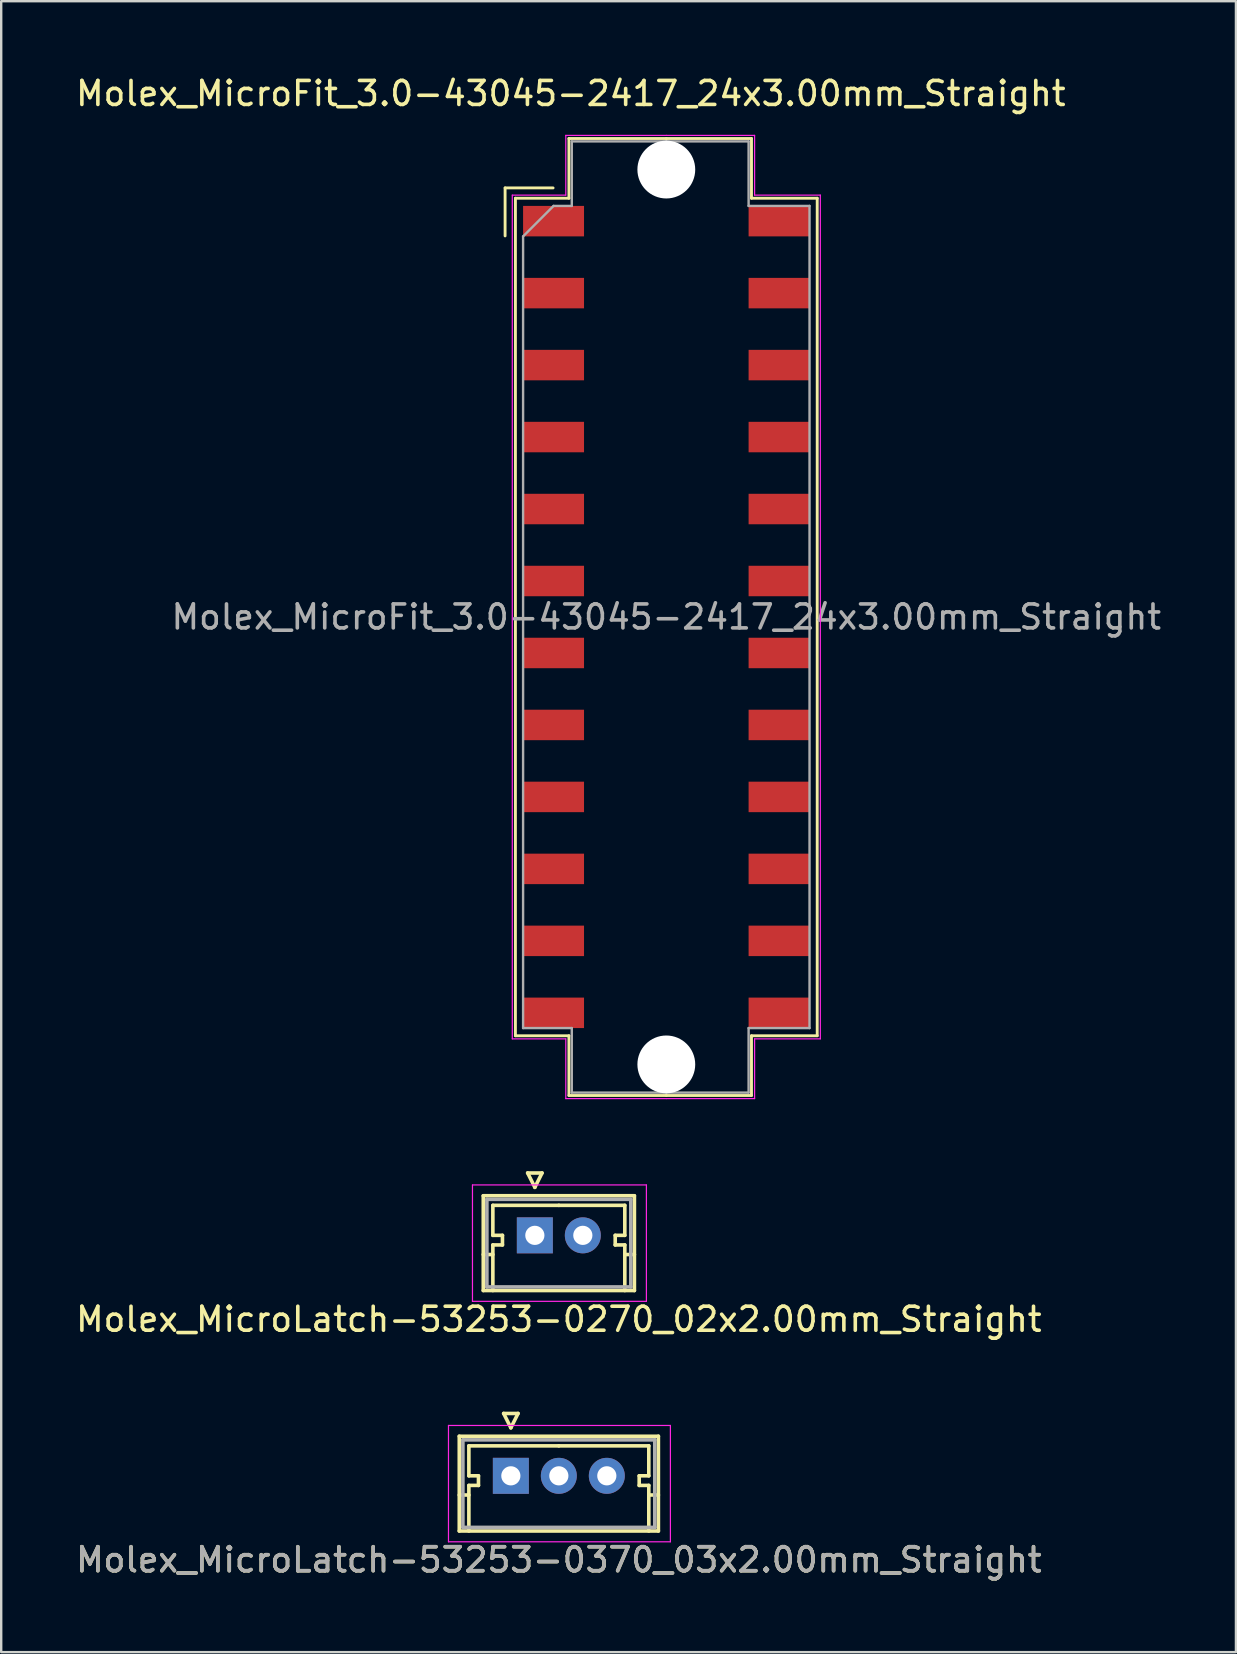
<source format=kicad_pcb>
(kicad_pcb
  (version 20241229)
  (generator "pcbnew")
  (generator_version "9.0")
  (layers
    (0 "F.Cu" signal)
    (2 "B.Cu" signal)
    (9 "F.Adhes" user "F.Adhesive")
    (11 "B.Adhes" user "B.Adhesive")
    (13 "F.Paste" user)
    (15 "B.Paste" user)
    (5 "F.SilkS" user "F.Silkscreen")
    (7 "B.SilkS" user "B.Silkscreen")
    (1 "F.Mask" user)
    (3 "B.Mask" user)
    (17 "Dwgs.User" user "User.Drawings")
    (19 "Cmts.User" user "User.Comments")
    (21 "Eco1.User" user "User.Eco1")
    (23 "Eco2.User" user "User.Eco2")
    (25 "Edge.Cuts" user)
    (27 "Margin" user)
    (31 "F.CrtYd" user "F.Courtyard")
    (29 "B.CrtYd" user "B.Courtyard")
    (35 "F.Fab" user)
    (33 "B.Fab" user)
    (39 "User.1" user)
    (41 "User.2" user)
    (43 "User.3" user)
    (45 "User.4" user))
  (footprint "Molex_MicroLatch-53253-0370_03x2.00mm_Straight"
    (layer "F.Cu")
    (at 18.244 58.467)
    (property "Reference" "Molex_MicroLatch-53253-0370_03x2.00mm_Straight" (at 2 3.5 0) (layer "F.SilkS") (effects (font (size 1 1) (thickness 0.15))))
    (attr through_hole)
    (fp_line (start -2.15 -1.65) (end -2.15 2.3) (stroke (width 0.15) (type solid)) (layer "F.SilkS"))
    (fp_line (start -2.15 0.8) (end -1.75 0.8) (stroke (width 0.15) (type solid)) (layer "F.SilkS"))
    (fp_line (start -2.15 2.3) (end 6.15 2.3) (stroke (width 0.15) (type solid)) (layer "F.SilkS"))
    (fp_line (start -1.75 -1.25) (end -1.75 0) (stroke (width 0.15) (type solid)) (layer "F.SilkS"))
    (fp_line (start -1.75 0) (end -1.35 0) (stroke (width 0.15) (type solid)) (layer "F.SilkS"))
    (fp_line (start -1.75 0.4) (end -1.75 2.3) (stroke (width 0.15) (type solid)) (layer "F.SilkS"))
    (fp_line (start -1.35 0) (end -1.35 0.4) (stroke (width 0.15) (type solid)) (layer "F.SilkS"))
    (fp_line (start -1.35 0.4) (end -1.75 0.4) (stroke (width 0.15) (type solid)) (layer "F.SilkS"))
    (fp_line (start -0.3 -2.6) (end 0.3 -2.6) (stroke (width 0.15) (type solid)) (layer "F.SilkS"))
    (fp_line (start 0 -2) (end -0.3 -2.6) (stroke (width 0.15) (type solid)) (layer "F.SilkS"))
    (fp_line (start 0.3 -2.6) (end 0 -2) (stroke (width 0.15) (type solid)) (layer "F.SilkS"))
    (fp_line (start 2 -1.25) (end -1.75 -1.25) (stroke (width 0.15) (type solid)) (layer "F.SilkS"))
    (fp_line (start 2 -1.25) (end 5.75 -1.25) (stroke (width 0.15) (type solid)) (layer "F.SilkS"))
    (fp_line (start 5.35 0) (end 5.35 0.4) (stroke (width 0.15) (type solid)) (layer "F.SilkS"))
    (fp_line (start 5.35 0.4) (end 5.75 0.4) (stroke (width 0.15) (type solid)) (layer "F.SilkS"))
    (fp_line (start 5.75 -1.25) (end 5.75 0) (stroke (width 0.15) (type solid)) (layer "F.SilkS"))
    (fp_line (start 5.75 0) (end 5.35 0) (stroke (width 0.15) (type solid)) (layer "F.SilkS"))
    (fp_line (start 5.75 0.4) (end 5.75 2.3) (stroke (width 0.15) (type solid)) (layer "F.SilkS"))
    (fp_line (start 6.15 -1.65) (end -2.15 -1.65) (stroke (width 0.15) (type solid)) (layer "F.SilkS"))
    (fp_line (start 6.15 0.8) (end 5.75 0.8) (stroke (width 0.15) (type solid)) (layer "F.SilkS"))
    (fp_line (start 6.15 2.3) (end 6.15 -1.65) (stroke (width 0.15) (type solid)) (layer "F.SilkS"))
    (fp_line (start -2.6 -2.1) (end -2.6 2.75) (stroke (width 0.05) (type solid)) (layer "F.CrtYd"))
    (fp_line (start -2.6 2.75) (end 6.65 2.75) (stroke (width 0.05) (type solid)) (layer "F.CrtYd"))
    (fp_line (start 6.65 -2.1) (end -2.6 -2.1) (stroke (width 0.05) (type solid)) (layer "F.CrtYd"))
    (fp_line (start 6.65 2.75) (end 6.65 -2.1) (stroke (width 0.05) (type solid)) (layer "F.CrtYd"))
    (fp_line (start -2 -1.5) (end -2 2.15) (stroke (width 0.15) (type solid)) (layer "F.Fab"))
    (fp_line (start -2 2.15) (end 6 2.15) (stroke (width 0.15) (type solid)) (layer "F.Fab"))
    (fp_line (start 6 -1.5) (end -2 -1.5) (stroke (width 0.15) (type solid)) (layer "F.Fab"))
    (fp_line (start 6 2.15) (end 6 -1.5) (stroke (width 0.15) (type solid)) (layer "F.Fab"))
    (fp_text user "${REFERENCE}" (at 2 3.5 0) (layer "F.Fab") (effects (font (size 1 1) (thickness 0.15))))
    (pad "1" thru_hole rect (at 0 0) (size 1.5 1.5) (drill 0.8) (layers "*.Cu" "*.Mask"))
    (pad "2" thru_hole circle (at 2 0) (size 1.5 1.5) (drill 0.8) (layers "*.Cu" "*.Mask"))
    (pad "3" thru_hole circle (at 4 0) (size 1.5 1.5) (drill 0.8) (layers "*.Cu" "*.Mask")))
  (footprint "Molex_MicroFit_3.0-43045-2417_24x3.00mm_Straight"
    (layer "F.Cu")
    (at 24.724 22.668)
    (property "Reference" "Molex_MicroFit_3.0-43045-2417_24x3.00mm_Straight" (at -3.98 -21.82 0) (layer "F.SilkS") (effects (font (size 1 1) (thickness 0.15))))
    (attr smd)
    (fp_line (start -6.72 -17.885) (end -6.72 -15.885) (stroke (width 0.12) (type solid)) (layer "F.SilkS"))
    (fp_line (start -6.29 -17.455) (end -4.06 -17.455) (stroke (width 0.12) (type solid)) (layer "F.SilkS"))
    (fp_line (start -6.29 17.455) (end -6.29 -17.455) (stroke (width 0.12) (type solid)) (layer "F.SilkS"))
    (fp_line (start -4.72 -17.885) (end -6.72 -17.885) (stroke (width 0.12) (type solid)) (layer "F.SilkS"))
    (fp_line (start -4.06 -19.945) (end 0 -19.945) (stroke (width 0.12) (type solid)) (layer "F.SilkS"))
    (fp_line (start -4.06 -17.455) (end -4.06 -19.945) (stroke (width 0.12) (type solid)) (layer "F.SilkS"))
    (fp_line (start -4.06 17.455) (end -6.29 17.455) (stroke (width 0.12) (type solid)) (layer "F.SilkS"))
    (fp_line (start -4.06 19.945) (end -4.06 17.455) (stroke (width 0.12) (type solid)) (layer "F.SilkS"))
    (fp_line (start 0 -19.945) (end 3.55 -19.945) (stroke (width 0.12) (type solid)) (layer "F.SilkS"))
    (fp_line (start 0 19.945) (end -4.06 19.945) (stroke (width 0.12) (type solid)) (layer "F.SilkS"))
    (fp_line (start 3.55 -19.945) (end 3.55 -17.455) (stroke (width 0.12) (type solid)) (layer "F.SilkS"))
    (fp_line (start 3.55 -17.455) (end 6.29 -17.455) (stroke (width 0.12) (type solid)) (layer "F.SilkS"))
    (fp_line (start 3.55 17.455) (end 3.55 19.945) (stroke (width 0.12) (type solid)) (layer "F.SilkS"))
    (fp_line (start 3.55 19.945) (end 0 19.945) (stroke (width 0.12) (type solid)) (layer "F.SilkS"))
    (fp_line (start 6.29 -17.455) (end 6.29 17.455) (stroke (width 0.12) (type solid)) (layer "F.SilkS"))
    (fp_line (start 6.29 17.455) (end 3.55 17.455) (stroke (width 0.12) (type solid)) (layer "F.SilkS"))
    (fp_line (start -6.42 -17.585) (end -4.19 -17.585) (stroke (width 0.05) (type solid)) (layer "F.CrtYd"))
    (fp_line (start -6.42 17.585) (end -6.42 -17.585) (stroke (width 0.05) (type solid)) (layer "F.CrtYd"))
    (fp_line (start -4.19 -20.075) (end 0 -20.075) (stroke (width 0.05) (type solid)) (layer "F.CrtYd"))
    (fp_line (start -4.19 -17.585) (end -4.19 -20.075) (stroke (width 0.05) (type solid)) (layer "F.CrtYd"))
    (fp_line (start -4.19 17.585) (end -6.42 17.585) (stroke (width 0.05) (type solid)) (layer "F.CrtYd"))
    (fp_line (start -4.19 20.075) (end -4.19 17.585) (stroke (width 0.05) (type solid)) (layer "F.CrtYd"))
    (fp_line (start 0 -20.075) (end 3.68 -20.075) (stroke (width 0.05) (type solid)) (layer "F.CrtYd"))
    (fp_line (start 0 20.075) (end -4.19 20.075) (stroke (width 0.05) (type solid)) (layer "F.CrtYd"))
    (fp_line (start 3.68 -20.075) (end 3.68 -17.585) (stroke (width 0.05) (type solid)) (layer "F.CrtYd"))
    (fp_line (start 3.68 -17.585) (end 6.42 -17.585) (stroke (width 0.05) (type solid)) (layer "F.CrtYd"))
    (fp_line (start 3.68 17.585) (end 3.68 20.075) (stroke (width 0.05) (type solid)) (layer "F.CrtYd"))
    (fp_line (start 3.68 20.075) (end 0 20.075) (stroke (width 0.05) (type solid)) (layer "F.CrtYd"))
    (fp_line (start 6.42 -17.585) (end 6.42 17.585) (stroke (width 0.05) (type solid)) (layer "F.CrtYd"))
    (fp_line (start 6.42 17.585) (end 3.68 17.585) (stroke (width 0.05) (type solid)) (layer "F.CrtYd"))
    (fp_line (start -5.97 -15.865) (end -4.7 -17.135) (stroke (width 0.1) (type solid)) (layer "F.Fab"))
    (fp_line (start -5.97 17.135) (end -5.97 -15.865) (stroke (width 0.1) (type solid)) (layer "F.Fab"))
    (fp_line (start -4.7 -17.135) (end -3.94 -17.135) (stroke (width 0.1) (type solid)) (layer "F.Fab"))
    (fp_line (start -3.94 -19.825) (end 0 -19.825) (stroke (width 0.1) (type solid)) (layer "F.Fab"))
    (fp_line (start -3.94 -17.135) (end -3.94 -19.825) (stroke (width 0.1) (type solid)) (layer "F.Fab"))
    (fp_line (start -3.94 17.135) (end -5.97 17.135) (stroke (width 0.1) (type solid)) (layer "F.Fab"))
    (fp_line (start -3.94 19.825) (end -3.94 17.135) (stroke (width 0.1) (type solid)) (layer "F.Fab"))
    (fp_line (start 0 -19.825) (end 3.43 -19.825) (stroke (width 0.1) (type solid)) (layer "F.Fab"))
    (fp_line (start 0 19.825) (end -3.94 19.825) (stroke (width 0.1) (type solid)) (layer "F.Fab"))
    (fp_line (start 3.43 -19.825) (end 3.43 -17.135) (stroke (width 0.1) (type solid)) (layer "F.Fab"))
    (fp_line (start 3.43 -17.135) (end 5.97 -17.135) (stroke (width 0.1) (type solid)) (layer "F.Fab"))
    (fp_line (start 3.43 17.135) (end 3.43 19.825) (stroke (width 0.1) (type solid)) (layer "F.Fab"))
    (fp_line (start 3.43 19.825) (end 0 19.825) (stroke (width 0.1) (type solid)) (layer "F.Fab"))
    (fp_line (start 5.97 -17.135) (end 5.97 17.135) (stroke (width 0.1) (type solid)) (layer "F.Fab"))
    (fp_line (start 5.97 17.135) (end 3.43 17.135) (stroke (width 0.1) (type solid)) (layer "F.Fab"))
    (fp_text user "${REFERENCE}" (at 0 0 0) (layer "F.Fab") (effects (font (size 1 1) (thickness 0.15))))
    (pad "" np_thru_hole circle (at 0 -18.65) (size 2.41 2.41) (drill 2.41) (layers "*.Cu"))
    (pad "" np_thru_hole circle (at 0 18.65) (size 2.41 2.41) (drill 2.41) (layers "*.Cu"))
    (pad "1" smd rect (at -4.7 -16.5) (size 2.54 1.27) (layers "F.Cu" "F.Mask" "F.Paste"))
    (pad "2" smd rect (at -4.7 -13.5) (size 2.54 1.27) (layers "F.Cu" "F.Mask" "F.Paste"))
    (pad "3" smd rect (at -4.7 -10.5) (size 2.54 1.27) (layers "F.Cu" "F.Mask" "F.Paste"))
    (pad "4" smd rect (at -4.7 -7.5) (size 2.54 1.27) (layers "F.Cu" "F.Mask" "F.Paste"))
    (pad "5" smd rect (at -4.7 -4.5) (size 2.54 1.27) (layers "F.Cu" "F.Mask" "F.Paste"))
    (pad "6" smd rect (at -4.7 -1.5) (size 2.54 1.27) (layers "F.Cu" "F.Mask" "F.Paste"))
    (pad "7" smd rect (at -4.7 1.5) (size 2.54 1.27) (layers "F.Cu" "F.Mask" "F.Paste"))
    (pad "8" smd rect (at -4.7 4.5) (size 2.54 1.27) (layers "F.Cu" "F.Mask" "F.Paste"))
    (pad "9" smd rect (at -4.7 7.5) (size 2.54 1.27) (layers "F.Cu" "F.Mask" "F.Paste"))
    (pad "10" smd rect (at -4.7 10.5) (size 2.54 1.27) (layers "F.Cu" "F.Mask" "F.Paste"))
    (pad "11" smd rect (at -4.7 13.5) (size 2.54 1.27) (layers "F.Cu" "F.Mask" "F.Paste"))
    (pad "12" smd rect (at -4.7 16.5) (size 2.54 1.27) (layers "F.Cu" "F.Mask" "F.Paste"))
    (pad "13" smd rect (at 4.7 16.5) (size 2.54 1.27) (layers "F.Cu" "F.Mask" "F.Paste"))
    (pad "14" smd rect (at 4.7 13.5) (size 2.54 1.27) (layers "F.Cu" "F.Mask" "F.Paste"))
    (pad "15" smd rect (at 4.7 10.5) (size 2.54 1.27) (layers "F.Cu" "F.Mask" "F.Paste"))
    (pad "16" smd rect (at 4.7 7.5) (size 2.54 1.27) (layers "F.Cu" "F.Mask" "F.Paste"))
    (pad "17" smd rect (at 4.7 4.5) (size 2.54 1.27) (layers "F.Cu" "F.Mask" "F.Paste"))
    (pad "18" smd rect (at 4.7 1.5) (size 2.54 1.27) (layers "F.Cu" "F.Mask" "F.Paste"))
    (pad "19" smd rect (at 4.7 -1.5) (size 2.54 1.27) (layers "F.Cu" "F.Mask" "F.Paste"))
    (pad "20" smd rect (at 4.7 -4.5) (size 2.54 1.27) (layers "F.Cu" "F.Mask" "F.Paste"))
    (pad "21" smd rect (at 4.7 -7.5) (size 2.54 1.27) (layers "F.Cu" "F.Mask" "F.Paste"))
    (pad "22" smd rect (at 4.7 -10.5) (size 2.54 1.27) (layers "F.Cu" "F.Mask" "F.Paste"))
    (pad "23" smd rect (at 4.7 -13.5) (size 2.54 1.27) (layers "F.Cu" "F.Mask" "F.Paste"))
    (pad "24" smd rect (at 4.7 -16.5) (size 2.54 1.27) (layers "F.Cu" "F.Mask" "F.Paste")))
  (footprint "Molex_MicroLatch-53253-0270_02x2.00mm_Straight"
    (layer "F.Cu")
    (at 19.244 48.443)
    (property "Reference" "Molex_MicroLatch-53253-0270_02x2.00mm_Straight" (at 1 3.5 0) (layer "F.SilkS") (effects (font (size 1 1) (thickness 0.15))))
    (attr through_hole)
    (fp_line (start -2.15 -1.65) (end -2.15 2.3) (stroke (width 0.15) (type solid)) (layer "F.SilkS"))
    (fp_line (start -2.15 0.8) (end -1.75 0.8) (stroke (width 0.15) (type solid)) (layer "F.SilkS"))
    (fp_line (start -2.15 2.3) (end 4.15 2.3) (stroke (width 0.15) (type solid)) (layer "F.SilkS"))
    (fp_line (start -1.75 -1.25) (end -1.75 0) (stroke (width 0.15) (type solid)) (layer "F.SilkS"))
    (fp_line (start -1.75 0) (end -1.35 0) (stroke (width 0.15) (type solid)) (layer "F.SilkS"))
    (fp_line (start -1.75 0.4) (end -1.75 2.3) (stroke (width 0.15) (type solid)) (layer "F.SilkS"))
    (fp_line (start -1.35 0) (end -1.35 0.4) (stroke (width 0.15) (type solid)) (layer "F.SilkS"))
    (fp_line (start -1.35 0.4) (end -1.75 0.4) (stroke (width 0.15) (type solid)) (layer "F.SilkS"))
    (fp_line (start -0.3 -2.6) (end 0.3 -2.6) (stroke (width 0.15) (type solid)) (layer "F.SilkS"))
    (fp_line (start 0 -2) (end -0.3 -2.6) (stroke (width 0.15) (type solid)) (layer "F.SilkS"))
    (fp_line (start 0.3 -2.6) (end 0 -2) (stroke (width 0.15) (type solid)) (layer "F.SilkS"))
    (fp_line (start 1 -1.25) (end -1.75 -1.25) (stroke (width 0.15) (type solid)) (layer "F.SilkS"))
    (fp_line (start 1 -1.25) (end 3.75 -1.25) (stroke (width 0.15) (type solid)) (layer "F.SilkS"))
    (fp_line (start 3.35 0) (end 3.35 0.4) (stroke (width 0.15) (type solid)) (layer "F.SilkS"))
    (fp_line (start 3.35 0.4) (end 3.75 0.4) (stroke (width 0.15) (type solid)) (layer "F.SilkS"))
    (fp_line (start 3.75 -1.25) (end 3.75 0) (stroke (width 0.15) (type solid)) (layer "F.SilkS"))
    (fp_line (start 3.75 0) (end 3.35 0) (stroke (width 0.15) (type solid)) (layer "F.SilkS"))
    (fp_line (start 3.75 0.4) (end 3.75 2.3) (stroke (width 0.15) (type solid)) (layer "F.SilkS"))
    (fp_line (start 4.15 -1.65) (end -2.15 -1.65) (stroke (width 0.15) (type solid)) (layer "F.SilkS"))
    (fp_line (start 4.15 0.8) (end 3.75 0.8) (stroke (width 0.15) (type solid)) (layer "F.SilkS"))
    (fp_line (start 4.15 2.3) (end 4.15 -1.65) (stroke (width 0.15) (type solid)) (layer "F.SilkS"))
    (fp_line (start -2.6 -2.1) (end -2.6 2.75) (stroke (width 0.05) (type solid)) (layer "F.CrtYd"))
    (fp_line (start -2.6 2.75) (end 4.65 2.75) (stroke (width 0.05) (type solid)) (layer "F.CrtYd"))
    (fp_line (start 4.65 -2.1) (end -2.6 -2.1) (stroke (width 0.05) (type solid)) (layer "F.CrtYd"))
    (fp_line (start 4.65 2.75) (end 4.65 -2.1) (stroke (width 0.05) (type solid)) (layer "F.CrtYd"))
    (fp_line (start -2 -1.5) (end -2 2.15) (stroke (width 0.15) (type solid)) (layer "F.Fab"))
    (fp_line (start -2 2.15) (end 4 2.15) (stroke (width 0.15) (type solid)) (layer "F.Fab"))
    (fp_line (start 4 -1.5) (end -2 -1.5) (stroke (width 0.15) (type solid)) (layer "F.Fab"))
    (fp_line (start 4 2.15) (end 4 -1.5) (stroke (width 0.15) (type solid)) (layer "F.Fab"))
    (pad "1" thru_hole rect (at 0 0) (size 1.5 1.5) (drill 0.8) (layers "*.Cu" "*.Mask"))
    (pad "2" thru_hole circle (at 2 0) (size 1.5 1.5) (drill 0.8) (layers "*.Cu" "*.Mask")))
  (gr_rect
    (start -3 -3)
    (end 48.468 65.815)
    (stroke (width 0.1) (type default))
    (fill no)
    (layer "Edge.Cuts")))
</source>
